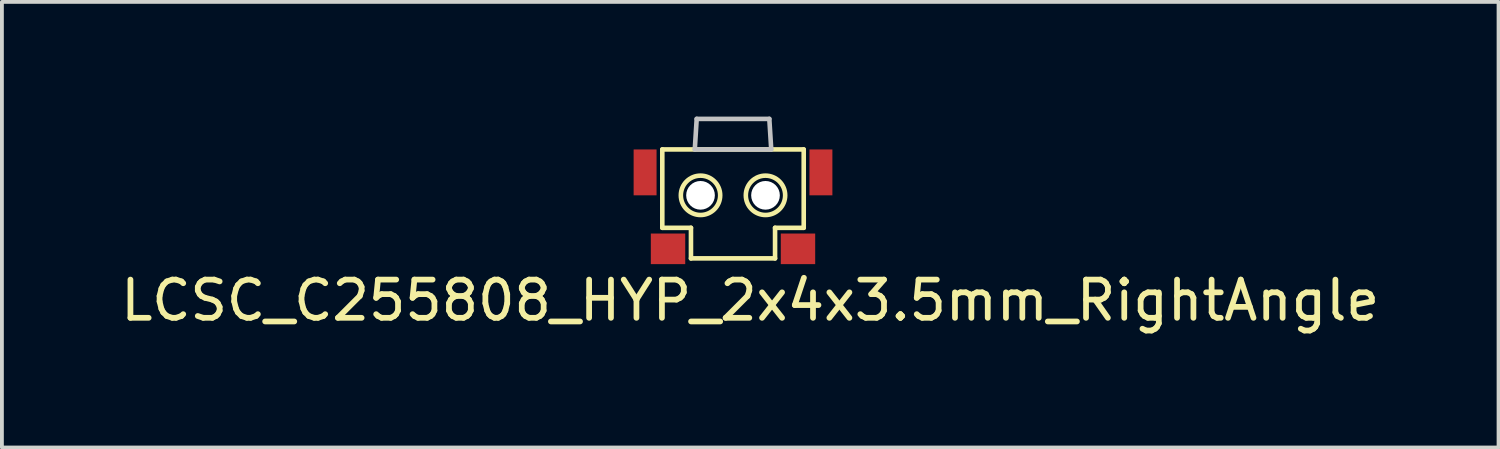
<source format=kicad_pcb>
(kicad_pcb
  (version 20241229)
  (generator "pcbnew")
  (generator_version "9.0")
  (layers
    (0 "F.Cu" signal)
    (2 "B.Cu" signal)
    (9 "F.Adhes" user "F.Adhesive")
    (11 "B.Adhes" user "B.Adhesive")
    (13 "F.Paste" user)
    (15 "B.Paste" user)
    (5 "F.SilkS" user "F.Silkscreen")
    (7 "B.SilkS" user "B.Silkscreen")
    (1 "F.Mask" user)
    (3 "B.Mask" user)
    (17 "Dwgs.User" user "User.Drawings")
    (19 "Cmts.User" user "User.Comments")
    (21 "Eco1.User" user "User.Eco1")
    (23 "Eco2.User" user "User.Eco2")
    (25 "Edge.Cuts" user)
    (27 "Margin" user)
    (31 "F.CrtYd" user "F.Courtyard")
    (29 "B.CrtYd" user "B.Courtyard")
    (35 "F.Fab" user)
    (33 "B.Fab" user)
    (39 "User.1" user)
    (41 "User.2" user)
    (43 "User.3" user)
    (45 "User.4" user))
  (footprint "LCSC_C255808_HYP_2x4x3.5mm_RightAngle"
    (layer "F.Cu")
    (at 16.127 2.06)
    (property "Reference" "LCSC_C255808_HYP_2x4x3.5mm_RightAngle" (at 0.45 2.75 0) (layer "F.SilkS") (effects (font (size 1 1) (thickness 0.15))))
    (attr through_hole)
    (fp_line (start -1.85 -1.2) (end -1.85 0.85) (stroke (width 0.12) (type solid)) (layer "F.SilkS"))
    (fp_line (start -1.85 -1.2) (end 1.85 -1.2) (stroke (width 0.12) (type solid)) (layer "F.SilkS"))
    (fp_line (start -1.85 0.85) (end -1.1 0.85) (stroke (width 0.12) (type solid)) (layer "F.SilkS"))
    (fp_line (start -1.1 0.85) (end -1.1 1.65) (stroke (width 0.12) (type solid)) (layer "F.SilkS"))
    (fp_line (start -1.1 1.65) (end 1.1 1.65) (stroke (width 0.12) (type solid)) (layer "F.SilkS"))
    (fp_line (start 1.1 0.85) (end 1.85 0.85) (stroke (width 0.12) (type solid)) (layer "F.SilkS"))
    (fp_line (start 1.1 1.65) (end 1.1 0.85) (stroke (width 0.12) (type solid)) (layer "F.SilkS"))
    (fp_line (start 1.85 0.85) (end 1.85 -1.2) (stroke (width 0.12) (type solid)) (layer "F.SilkS"))
    (fp_circle (center -0.85 0) (end -0.4 0.25) (stroke (width 0.12) (type solid)) (fill no) (layer "F.SilkS"))
    (fp_circle (center 0.85 0) (end 1.3 0.25) (stroke (width 0.12) (type solid)) (fill no) (layer "F.SilkS"))
    (fp_line (start -1 -1.2) (end -0.95 -2) (stroke (width 0.12) (type solid)) (layer "Dwgs.User"))
    (fp_line (start -0.95 -2) (end 0.95 -2) (stroke (width 0.12) (type solid)) (layer "Dwgs.User"))
    (fp_line (start 0.95 -2) (end 1 -1.2) (stroke (width 0.12) (type solid)) (layer "Dwgs.User"))
    (fp_line (start 1 -1.2) (end -1 -1.2) (stroke (width 0.12) (type solid)) (layer "Dwgs.User"))
    (pad "" smd rect (at -2.3 -0.6) (size 0.6 1.2) (layers "F.Cu" "F.Mask" "F.Paste"))
    (pad "" np_thru_hole circle (at -0.85 0) (size 0.75 0.75) (drill 0.75) (layers "*.Cu" "*.Mask"))
    (pad "" np_thru_hole circle (at 0.85 0) (size 0.75 0.75) (drill 0.75) (layers "*.Cu" "*.Mask"))
    (pad "" smd rect (at 2.3 -0.6) (size 0.6 1.2) (layers "F.Cu" "F.Mask" "F.Paste"))
    (pad "1" smd rect (at -1.7 1.4) (size 0.9 0.8) (layers "F.Cu" "F.Mask" "F.Paste"))
    (pad "2" smd rect (at 1.7 1.4) (size 0.9 0.8) (layers "F.Cu" "F.Mask" "F.Paste")))
  (gr_rect
    (start -3 -3)
    (end 36.155 8.658)
    (stroke (width 0.1) (type default))
    (fill no)
    (layer "Edge.Cuts")))
</source>
